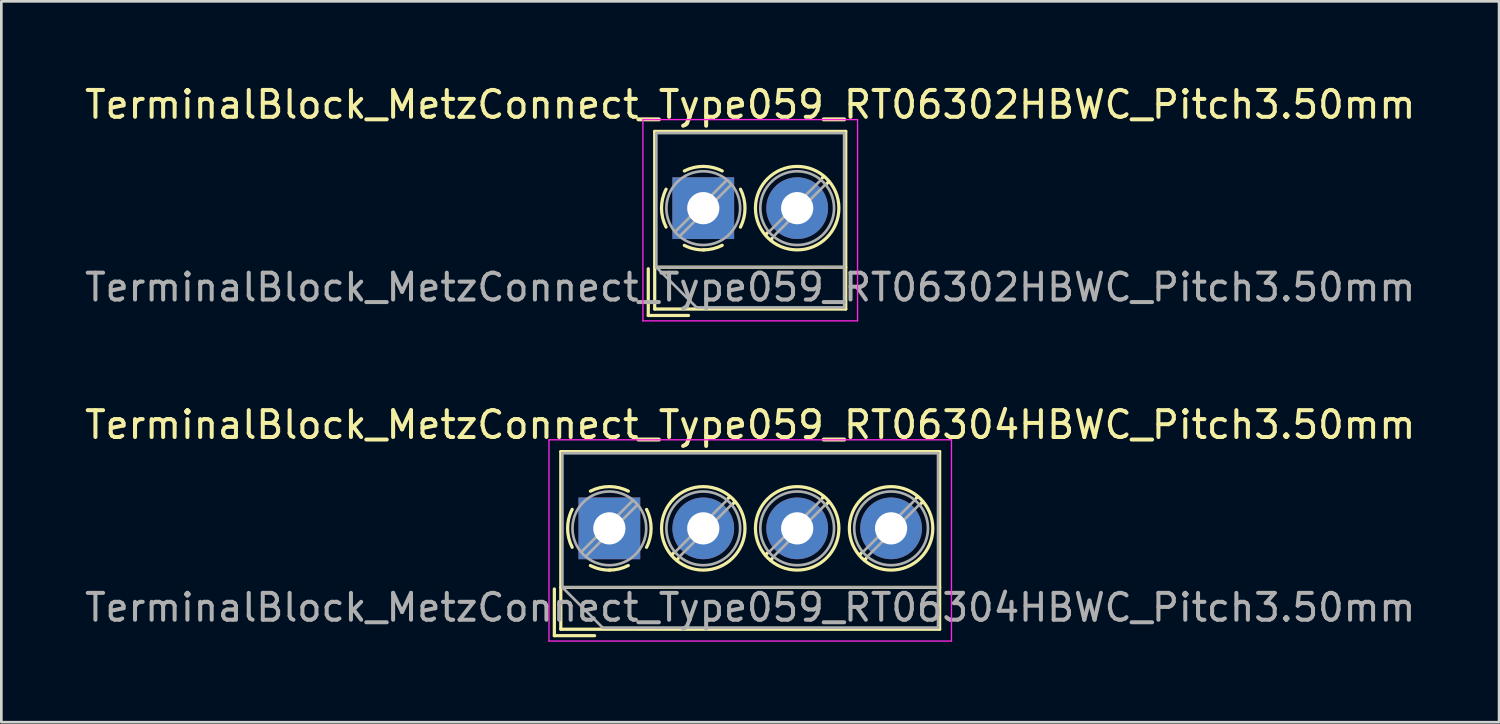
<source format=kicad_pcb>
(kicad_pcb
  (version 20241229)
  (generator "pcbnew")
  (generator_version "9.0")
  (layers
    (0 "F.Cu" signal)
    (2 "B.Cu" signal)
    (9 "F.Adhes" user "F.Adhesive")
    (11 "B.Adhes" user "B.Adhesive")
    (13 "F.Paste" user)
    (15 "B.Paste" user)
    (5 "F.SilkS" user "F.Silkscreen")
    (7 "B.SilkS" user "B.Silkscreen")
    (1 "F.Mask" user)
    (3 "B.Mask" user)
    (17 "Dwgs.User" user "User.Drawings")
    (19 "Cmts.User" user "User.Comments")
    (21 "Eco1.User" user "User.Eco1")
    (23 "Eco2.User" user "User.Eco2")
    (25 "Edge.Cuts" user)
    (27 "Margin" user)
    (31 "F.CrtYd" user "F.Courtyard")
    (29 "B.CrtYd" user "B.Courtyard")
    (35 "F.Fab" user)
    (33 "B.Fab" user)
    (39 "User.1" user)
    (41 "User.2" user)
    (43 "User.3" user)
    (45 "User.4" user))
  (footprint "TerminalBlock_MetzConnect_Type059_RT06304HBWC_Pitch3.50mm"
    (layer "F.Cu")
    (at 19.661 16.642)
    (property "Reference" "TerminalBlock_MetzConnect_Type059_RT06304HBWC_Pitch3.50mm" (at 5.25 -3.86 0) (layer "F.SilkS") (effects (font (size 1 1) (thickness 0.15))))
    (attr through_hole)
    (fp_line (start -2.05 2.26) (end -2.05 4) (stroke (width 0.12) (type solid)) (layer "F.SilkS"))
    (fp_line (start -2.05 4) (end -0.55 4) (stroke (width 0.12) (type solid)) (layer "F.SilkS"))
    (fp_line (start -1.81 -2.86) (end -1.81 3.76) (stroke (width 0.12) (type solid)) (layer "F.SilkS"))
    (fp_line (start -1.81 2.2) (end 12.31 2.2) (stroke (width 0.12) (type solid)) (layer "F.SilkS"))
    (fp_line (start -1.81 3.76) (end 12.31 3.76) (stroke (width 0.12) (type solid)) (layer "F.SilkS"))
    (fp_line (start 2.397 0.914) (end 2.321 0.99) (stroke (width 0.12) (type solid)) (layer "F.SilkS"))
    (fp_line (start 2.565 1.125) (end 2.511 1.18) (stroke (width 0.12) (type solid)) (layer "F.SilkS"))
    (fp_line (start 4.49 -1.18) (end 4.436 -1.126) (stroke (width 0.12) (type solid)) (layer "F.SilkS"))
    (fp_line (start 4.68 -0.99) (end 4.604 -0.914) (stroke (width 0.12) (type solid)) (layer "F.SilkS"))
    (fp_line (start 5.897 0.914) (end 5.821 0.99) (stroke (width 0.12) (type solid)) (layer "F.SilkS"))
    (fp_line (start 6.065 1.125) (end 6.011 1.18) (stroke (width 0.12) (type solid)) (layer "F.SilkS"))
    (fp_line (start 7.99 -1.18) (end 7.936 -1.126) (stroke (width 0.12) (type solid)) (layer "F.SilkS"))
    (fp_line (start 8.18 -0.99) (end 8.104 -0.914) (stroke (width 0.12) (type solid)) (layer "F.SilkS"))
    (fp_line (start 9.397 0.914) (end 9.321 0.99) (stroke (width 0.12) (type solid)) (layer "F.SilkS"))
    (fp_line (start 9.565 1.125) (end 9.511 1.18) (stroke (width 0.12) (type solid)) (layer "F.SilkS"))
    (fp_line (start 11.49 -1.18) (end 11.436 -1.126) (stroke (width 0.12) (type solid)) (layer "F.SilkS"))
    (fp_line (start 11.68 -0.99) (end 11.604 -0.914) (stroke (width 0.12) (type solid)) (layer "F.SilkS"))
    (fp_line (start 12.31 -2.86) (end -1.81 -2.86) (stroke (width 0.12) (type solid)) (layer "F.SilkS"))
    (fp_line (start 12.31 3.76) (end 12.31 -2.86) (stroke (width 0.12) (type solid)) (layer "F.SilkS"))
    (fp_arc (start -1.386645 0.705733) (mid -1.555906 -0.000711) (end -1.386 -0.707) (stroke (width 0.12) (type solid)) (layer "F.SilkS"))
    (fp_arc (start -0.705733 -1.386645) (mid 0.000711 -1.555906) (end 0.707 -1.386) (stroke (width 0.12) (type solid)) (layer "F.SilkS"))
    (fp_arc (start 0.026444 1.555682) (mid -0.350695 1.515869) (end -0.707 1.386) (stroke (width 0.12) (type solid)) (layer "F.SilkS"))
    (fp_arc (start 0.705955 1.385515) (mid 0.363007 1.512035) (end 0 1.555) (stroke (width 0.12) (type solid)) (layer "F.SilkS"))
    (fp_arc (start 1.386645 -0.705733) (mid 1.555906 0.000711) (end 1.386 0.707) (stroke (width 0.12) (type solid)) (layer "F.SilkS"))
    (fp_circle (center 3.5 0) (end 5.055 0) (stroke (width 0.12) (type solid)) (fill no) (layer "F.SilkS"))
    (fp_circle (center 7 0) (end 8.555 0) (stroke (width 0.12) (type solid)) (fill no) (layer "F.SilkS"))
    (fp_circle (center 10.5 0) (end 12.055 0) (stroke (width 0.12) (type solid)) (fill no) (layer "F.SilkS"))
    (fp_line (start -2.25 -3.3) (end -2.25 4.2) (stroke (width 0.05) (type solid)) (layer "F.CrtYd"))
    (fp_line (start -2.25 4.2) (end 12.75 4.2) (stroke (width 0.05) (type solid)) (layer "F.CrtYd"))
    (fp_line (start 12.75 -3.3) (end -2.25 -3.3) (stroke (width 0.05) (type solid)) (layer "F.CrtYd"))
    (fp_line (start 12.75 4.2) (end 12.75 -3.3) (stroke (width 0.05) (type solid)) (layer "F.CrtYd"))
    (fp_line (start -1.75 -2.8) (end 12.25 -2.8) (stroke (width 0.1) (type solid)) (layer "F.Fab"))
    (fp_line (start -1.75 2.2) (end -1.75 -2.8) (stroke (width 0.1) (type solid)) (layer "F.Fab"))
    (fp_line (start -1.75 2.2) (end 12.25 2.2) (stroke (width 0.1) (type solid)) (layer "F.Fab"))
    (fp_line (start -0.25 3.7) (end -1.75 2.2) (stroke (width 0.1) (type solid)) (layer "F.Fab"))
    (fp_line (start 0.876 -1.043) (end -1.043 0.875) (stroke (width 0.1) (type solid)) (layer "F.Fab"))
    (fp_line (start 1.043 -0.875) (end -0.876 1.043) (stroke (width 0.1) (type solid)) (layer "F.Fab"))
    (fp_line (start 4.376 -1.043) (end 2.458 0.875) (stroke (width 0.1) (type solid)) (layer "F.Fab"))
    (fp_line (start 4.543 -0.875) (end 2.625 1.043) (stroke (width 0.1) (type solid)) (layer "F.Fab"))
    (fp_line (start 7.876 -1.043) (end 5.958 0.875) (stroke (width 0.1) (type solid)) (layer "F.Fab"))
    (fp_line (start 8.043 -0.875) (end 6.125 1.043) (stroke (width 0.1) (type solid)) (layer "F.Fab"))
    (fp_line (start 11.376 -1.043) (end 9.458 0.875) (stroke (width 0.1) (type solid)) (layer "F.Fab"))
    (fp_line (start 11.543 -0.875) (end 9.625 1.043) (stroke (width 0.1) (type solid)) (layer "F.Fab"))
    (fp_line (start 12.25 -2.8) (end 12.25 3.7) (stroke (width 0.1) (type solid)) (layer "F.Fab"))
    (fp_line (start 12.25 3.7) (end -0.25 3.7) (stroke (width 0.1) (type solid)) (layer "F.Fab"))
    (fp_circle (center 0 0) (end 1.375 0) (stroke (width 0.1) (type solid)) (fill no) (layer "F.Fab"))
    (fp_circle (center 3.5 0) (end 4.875 0) (stroke (width 0.1) (type solid)) (fill no) (layer "F.Fab"))
    (fp_circle (center 7 0) (end 8.375 0) (stroke (width 0.1) (type solid)) (fill no) (layer "F.Fab"))
    (fp_circle (center 10.5 0) (end 11.875 0) (stroke (width 0.1) (type solid)) (fill no) (layer "F.Fab"))
    (fp_text user "${REFERENCE}" (at 5.25 2.95 0) (layer "F.Fab") (effects (font (size 1 1) (thickness 0.15))))
    (pad "1" thru_hole rect (at 0 0) (size 2.3 2.3) (drill 1.2) (layers "*.Cu" "*.Mask"))
    (pad "2" thru_hole circle (at 3.5 0) (size 2.3 2.3) (drill 1.2) (layers "*.Cu" "*.Mask"))
    (pad "3" thru_hole circle (at 7 0) (size 2.3 2.3) (drill 1.2) (layers "*.Cu" "*.Mask"))
    (pad "4" thru_hole circle (at 10.5 0) (size 2.3 2.3) (drill 1.2) (layers "*.Cu" "*.Mask")))
  (footprint "TerminalBlock_MetzConnect_Type059_RT06302HBWC_Pitch3.50mm"
    (layer "F.Cu")
    (at 23.161 4.708)
    (property "Reference" "TerminalBlock_MetzConnect_Type059_RT06302HBWC_Pitch3.50mm" (at 1.75 -3.86 0) (layer "F.SilkS") (effects (font (size 1 1) (thickness 0.15))))
    (attr through_hole)
    (fp_line (start -2.05 2.26) (end -2.05 4) (stroke (width 0.12) (type solid)) (layer "F.SilkS"))
    (fp_line (start -2.05 4) (end -0.55 4) (stroke (width 0.12) (type solid)) (layer "F.SilkS"))
    (fp_line (start -1.81 -2.86) (end -1.81 3.76) (stroke (width 0.12) (type solid)) (layer "F.SilkS"))
    (fp_line (start -1.81 2.2) (end 5.31 2.2) (stroke (width 0.12) (type solid)) (layer "F.SilkS"))
    (fp_line (start -1.81 3.76) (end 5.31 3.76) (stroke (width 0.12) (type solid)) (layer "F.SilkS"))
    (fp_line (start 2.397 0.914) (end 2.321 0.99) (stroke (width 0.12) (type solid)) (layer "F.SilkS"))
    (fp_line (start 2.565 1.125) (end 2.511 1.18) (stroke (width 0.12) (type solid)) (layer "F.SilkS"))
    (fp_line (start 4.49 -1.18) (end 4.436 -1.126) (stroke (width 0.12) (type solid)) (layer "F.SilkS"))
    (fp_line (start 4.68 -0.99) (end 4.604 -0.914) (stroke (width 0.12) (type solid)) (layer "F.SilkS"))
    (fp_line (start 5.31 -2.86) (end -1.81 -2.86) (stroke (width 0.12) (type solid)) (layer "F.SilkS"))
    (fp_line (start 5.31 3.76) (end 5.31 -2.86) (stroke (width 0.12) (type solid)) (layer "F.SilkS"))
    (fp_arc (start -1.386645 0.705733) (mid -1.555906 -0.000711) (end -1.386 -0.707) (stroke (width 0.12) (type solid)) (layer "F.SilkS"))
    (fp_arc (start -0.705733 -1.386645) (mid 0.000711 -1.555906) (end 0.707 -1.386) (stroke (width 0.12) (type solid)) (layer "F.SilkS"))
    (fp_arc (start 0.026444 1.555682) (mid -0.350695 1.515869) (end -0.707 1.386) (stroke (width 0.12) (type solid)) (layer "F.SilkS"))
    (fp_arc (start 0.705955 1.385515) (mid 0.363007 1.512035) (end 0 1.555) (stroke (width 0.12) (type solid)) (layer "F.SilkS"))
    (fp_arc (start 1.386645 -0.705733) (mid 1.555906 0.000711) (end 1.386 0.707) (stroke (width 0.12) (type solid)) (layer "F.SilkS"))
    (fp_circle (center 3.5 0) (end 5.055 0) (stroke (width 0.12) (type solid)) (fill no) (layer "F.SilkS"))
    (fp_line (start -2.25 -3.3) (end -2.25 4.2) (stroke (width 0.05) (type solid)) (layer "F.CrtYd"))
    (fp_line (start -2.25 4.2) (end 5.75 4.2) (stroke (width 0.05) (type solid)) (layer "F.CrtYd"))
    (fp_line (start 5.75 -3.3) (end -2.25 -3.3) (stroke (width 0.05) (type solid)) (layer "F.CrtYd"))
    (fp_line (start 5.75 4.2) (end 5.75 -3.3) (stroke (width 0.05) (type solid)) (layer "F.CrtYd"))
    (fp_line (start -1.75 -2.8) (end 5.25 -2.8) (stroke (width 0.1) (type solid)) (layer "F.Fab"))
    (fp_line (start -1.75 2.2) (end -1.75 -2.8) (stroke (width 0.1) (type solid)) (layer "F.Fab"))
    (fp_line (start -1.75 2.2) (end 5.25 2.2) (stroke (width 0.1) (type solid)) (layer "F.Fab"))
    (fp_line (start -0.25 3.7) (end -1.75 2.2) (stroke (width 0.1) (type solid)) (layer "F.Fab"))
    (fp_line (start 0.876 -1.043) (end -1.043 0.875) (stroke (width 0.1) (type solid)) (layer "F.Fab"))
    (fp_line (start 1.043 -0.875) (end -0.876 1.043) (stroke (width 0.1) (type solid)) (layer "F.Fab"))
    (fp_line (start 4.376 -1.043) (end 2.458 0.875) (stroke (width 0.1) (type solid)) (layer "F.Fab"))
    (fp_line (start 4.543 -0.875) (end 2.625 1.043) (stroke (width 0.1) (type solid)) (layer "F.Fab"))
    (fp_line (start 5.25 -2.8) (end 5.25 3.7) (stroke (width 0.1) (type solid)) (layer "F.Fab"))
    (fp_line (start 5.25 3.7) (end -0.25 3.7) (stroke (width 0.1) (type solid)) (layer "F.Fab"))
    (fp_circle (center 0 0) (end 1.375 0) (stroke (width 0.1) (type solid)) (fill no) (layer "F.Fab"))
    (fp_circle (center 3.5 0) (end 4.875 0) (stroke (width 0.1) (type solid)) (fill no) (layer "F.Fab"))
    (fp_text user "${REFERENCE}" (at 1.75 2.95 0) (layer "F.Fab") (effects (font (size 1 1) (thickness 0.15))))
    (pad "1" thru_hole rect (at 0 0) (size 2.3 2.3) (drill 1.2) (layers "*.Cu" "*.Mask"))
    (pad "2" thru_hole circle (at 3.5 0) (size 2.3 2.3) (drill 1.2) (layers "*.Cu" "*.Mask")))
  (gr_rect
    (start -3 -3)
    (end 52.821 23.866)
    (stroke (width 0.1) (type default))
    (fill no)
    (layer "Edge.Cuts")))
</source>
